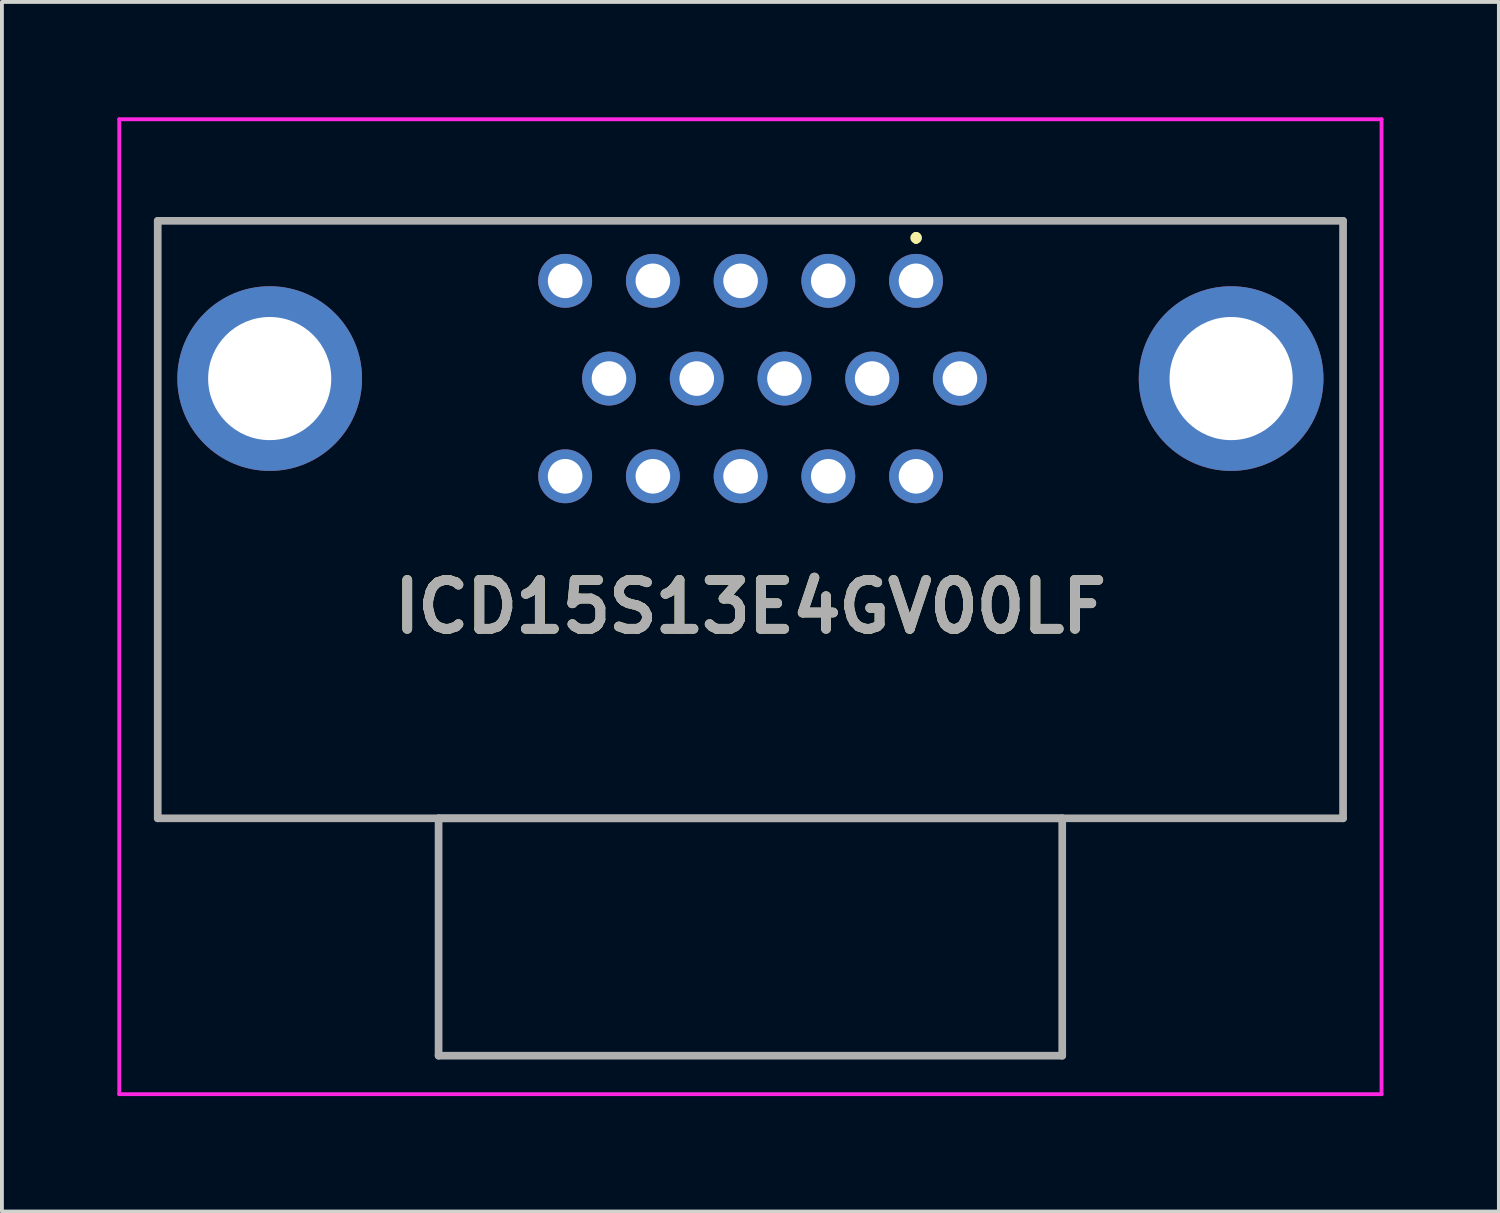
<source format=kicad_pcb>
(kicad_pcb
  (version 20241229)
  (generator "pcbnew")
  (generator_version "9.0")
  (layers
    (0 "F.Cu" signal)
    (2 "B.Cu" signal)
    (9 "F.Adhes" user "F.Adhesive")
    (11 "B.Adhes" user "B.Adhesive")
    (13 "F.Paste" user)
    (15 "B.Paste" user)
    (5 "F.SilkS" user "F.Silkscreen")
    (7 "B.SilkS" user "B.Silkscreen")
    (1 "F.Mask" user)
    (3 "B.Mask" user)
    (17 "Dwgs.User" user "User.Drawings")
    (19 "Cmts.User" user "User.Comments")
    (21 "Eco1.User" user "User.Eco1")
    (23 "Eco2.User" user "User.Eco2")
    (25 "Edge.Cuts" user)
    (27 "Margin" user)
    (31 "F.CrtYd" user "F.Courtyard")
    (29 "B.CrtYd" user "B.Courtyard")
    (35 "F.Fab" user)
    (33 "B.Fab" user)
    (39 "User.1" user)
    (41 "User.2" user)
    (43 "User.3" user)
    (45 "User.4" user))
  (footprint "ICD15S13E4GV00LF"
    (layer "F.Cu")
    (at 20.76 4.25)
    (property "Reference" "ICD15S13E4GV00LF" (at -4.305 8.47 0) (layer "F.SilkS") (effects (font (size 1.27 1.27) (thickness 0.254))))
    (attr through_hole)
    (fp_line (start -19.71 -1.56) (end 11.1 -1.56) (stroke (width 0.1) (type solid)) (layer "F.SilkS"))
    (fp_line (start -19.71 13.97) (end -19.71 -1.56) (stroke (width 0.1) (type solid)) (layer "F.SilkS"))
    (fp_line (start 0 -1.168) (end 0 -1.168) (stroke (width 0.2) (type solid)) (layer "F.SilkS"))
    (fp_line (start 0 -1.068) (end 0 -1.068) (stroke (width 0.2) (type solid)) (layer "F.SilkS"))
    (fp_line (start 0 -1.068) (end 0 -1.068) (stroke (width 0.2) (type solid)) (layer "F.SilkS"))
    (fp_line (start 11.1 -1.56) (end 11.1 13.97) (stroke (width 0.1) (type solid)) (layer "F.SilkS"))
    (fp_arc (start 0 -1.168) (mid 0.05 -1.118) (end 0 -1.068) (stroke (width 0.2) (type solid)) (layer "F.SilkS"))
    (fp_arc (start 0 -1.168) (mid 0.05 -1.118) (end 0 -1.068) (stroke (width 0.2) (type solid)) (layer "F.SilkS"))
    (fp_arc (start 0 -1.068) (mid -0.05 -1.118) (end 0 -1.168) (stroke (width 0.2) (type solid)) (layer "F.SilkS"))
    (fp_line (start -20.71 -4.2) (end 12.1 -4.2) (stroke (width 0.1) (type solid)) (layer "F.CrtYd"))
    (fp_line (start -20.71 21.14) (end -20.71 -4.2) (stroke (width 0.1) (type solid)) (layer "F.CrtYd"))
    (fp_line (start 12.1 -4.2) (end 12.1 21.14) (stroke (width 0.1) (type solid)) (layer "F.CrtYd"))
    (fp_line (start 12.1 21.14) (end -20.71 21.14) (stroke (width 0.1) (type solid)) (layer "F.CrtYd"))
    (fp_line (start -19.71 -1.56) (end -19.71 13.97) (stroke (width 0.2) (type solid)) (layer "F.Fab"))
    (fp_line (start -19.71 13.97) (end 11.1 13.97) (stroke (width 0.2) (type solid)) (layer "F.Fab"))
    (fp_line (start -12.41 13.97) (end 3.8 13.97) (stroke (width 0.2) (type solid)) (layer "F.Fab"))
    (fp_line (start -12.41 20.14) (end -12.41 13.97) (stroke (width 0.2) (type solid)) (layer "F.Fab"))
    (fp_line (start 3.8 13.97) (end 3.8 20.14) (stroke (width 0.2) (type solid)) (layer "F.Fab"))
    (fp_line (start 3.8 20.14) (end -12.41 20.14) (stroke (width 0.2) (type solid)) (layer "F.Fab"))
    (fp_line (start 11.1 -1.56) (end -19.71 -1.56) (stroke (width 0.2) (type solid)) (layer "F.Fab"))
    (fp_line (start 11.1 13.97) (end 11.1 -1.56) (stroke (width 0.2) (type solid)) (layer "F.Fab"))
    (fp_text user "${REFERENCE}" (at -4.305 8.47 0) (layer "F.Fab") (effects (font (size 1.27 1.27) (thickness 0.254))))
    (pad "1" thru_hole circle (at 0 0) (size 1.4 1.4) (drill 0.9) (layers "*.Cu" "*.Mask"))
    (pad "2" thru_hole circle (at -2.28 0) (size 1.4 1.4) (drill 0.9) (layers "*.Cu" "*.Mask"))
    (pad "3" thru_hole circle (at -4.56 0) (size 1.4 1.4) (drill 0.9) (layers "*.Cu" "*.Mask"))
    (pad "4" thru_hole circle (at -6.84 0) (size 1.4 1.4) (drill 0.9) (layers "*.Cu" "*.Mask"))
    (pad "5" thru_hole circle (at -9.12 0) (size 1.4 1.4) (drill 0.9) (layers "*.Cu" "*.Mask"))
    (pad "6" thru_hole circle (at 1.14 2.54) (size 1.4 1.4) (drill 0.9) (layers "*.Cu" "*.Mask"))
    (pad "7" thru_hole circle (at -1.14 2.54) (size 1.4 1.4) (drill 0.9) (layers "*.Cu" "*.Mask"))
    (pad "8" thru_hole circle (at -3.42 2.54) (size 1.4 1.4) (drill 0.9) (layers "*.Cu" "*.Mask"))
    (pad "9" thru_hole circle (at -5.7 2.54) (size 1.4 1.4) (drill 0.9) (layers "*.Cu" "*.Mask"))
    (pad "10" thru_hole circle (at -7.98 2.54) (size 1.4 1.4) (drill 0.9) (layers "*.Cu" "*.Mask"))
    (pad "11" thru_hole circle (at 0 5.08) (size 1.4 1.4) (drill 0.9) (layers "*.Cu" "*.Mask"))
    (pad "12" thru_hole circle (at -2.28 5.08) (size 1.4 1.4) (drill 0.9) (layers "*.Cu" "*.Mask"))
    (pad "13" thru_hole circle (at -4.56 5.08) (size 1.4 1.4) (drill 0.9) (layers "*.Cu" "*.Mask"))
    (pad "14" thru_hole circle (at -6.84 5.08) (size 1.4 1.4) (drill 0.9) (layers "*.Cu" "*.Mask"))
    (pad "15" thru_hole circle (at -9.12 5.08) (size 1.4 1.4) (drill 0.9) (layers "*.Cu" "*.Mask"))
    (pad "MH1" thru_hole circle (at 8.19 2.54) (size 4.8 4.8) (drill 3.2) (layers "*.Cu" "*.Mask"))
    (pad "MH2" thru_hole circle (at -16.8 2.54) (size 4.8 4.8) (drill 3.2) (layers "*.Cu" "*.Mask")))
  (gr_rect
    (start -3 -3)
    (end 35.91 28.44)
    (stroke (width 0.1) (type default))
    (fill no)
    (layer "Edge.Cuts")))
</source>
